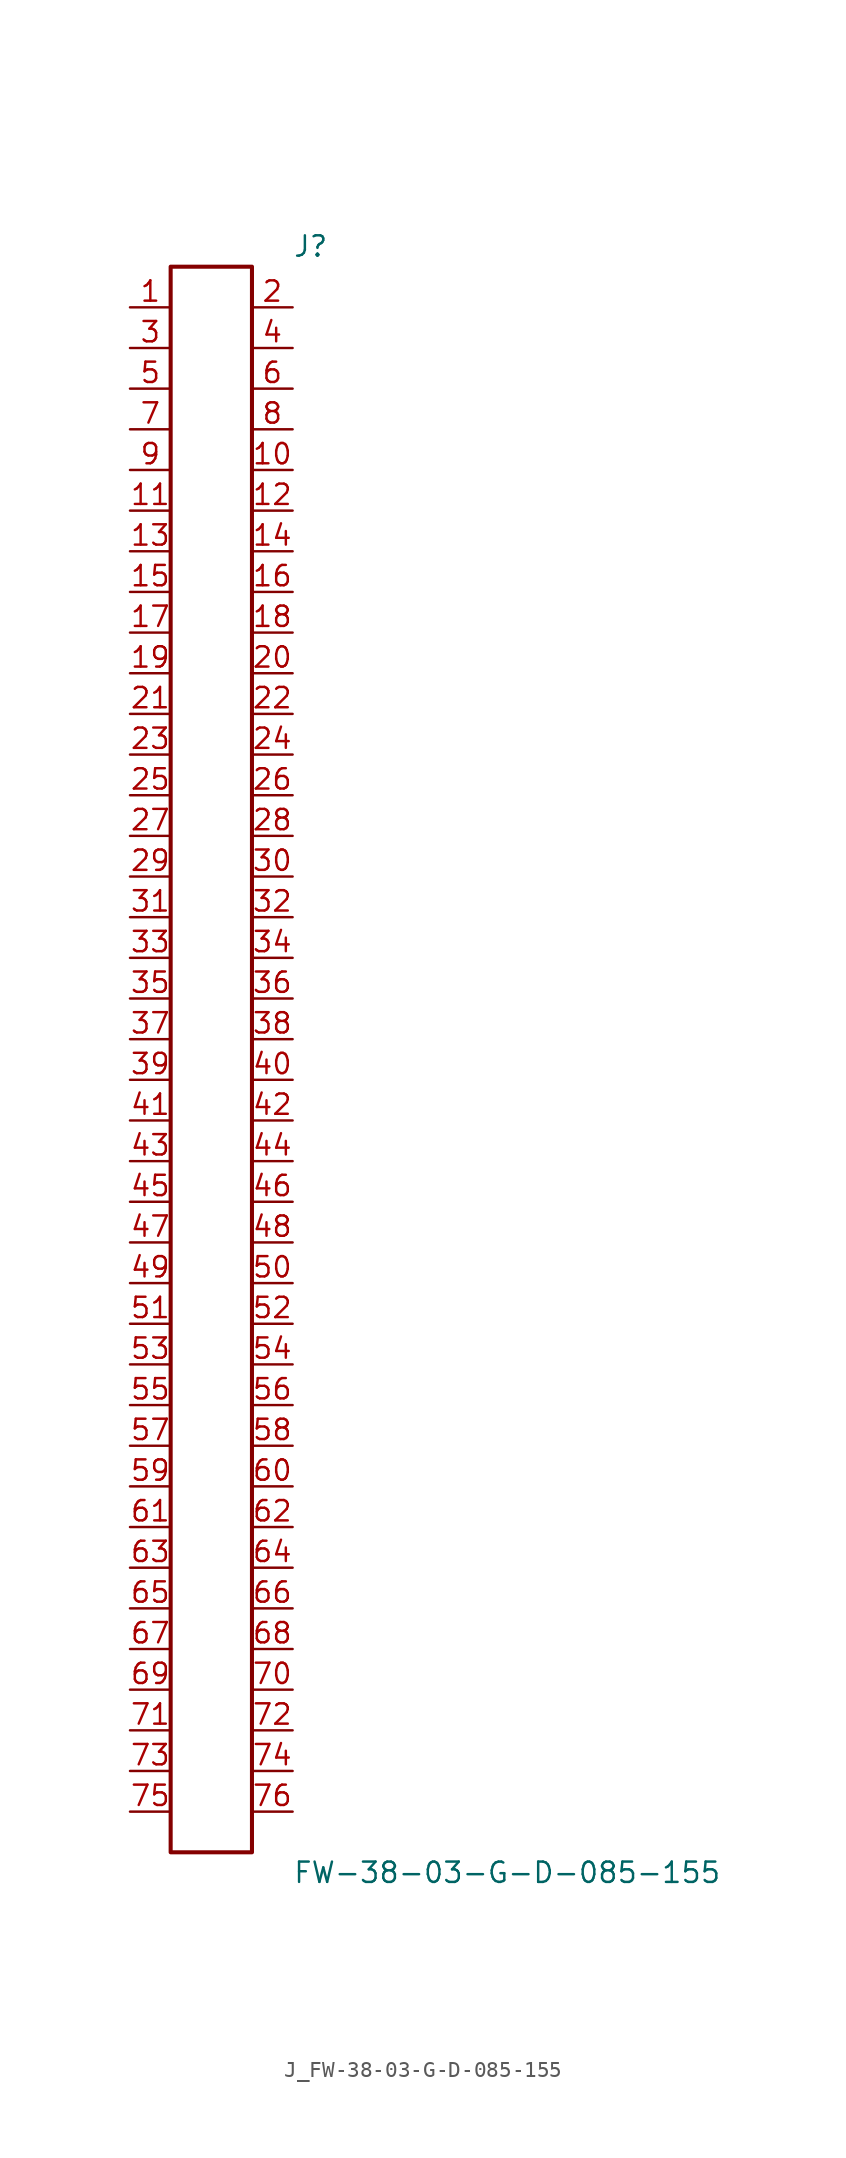
<source format=kicad_sym>
(kicad_symbol_lib
  (version 20231120)
  (generator kicad_symbol_editor)
  (generator_version 8.0)
  (symbol "J_FW-38-03-G-D-085-155"
    (pin_names
      (offset 0.254))
    (property "Reference" "J"
      (at 5.08 50.8 0)
      (effects (font (size 1.27 1.27)) (justify left)))
    (property "Value" "FW-38-03-G-D-085-155"
      (at 5.08 -50.8 0)
      (effects (font (size 1.27 1.27)) (justify left)))
    (symbol "J_FW-38-03-G-D-085-155_0_0"
      (pin unspecified line (at -5.08 46.99 0) (length 2.54) (name "" (effects (font (size 1.27 1.27)))) (number "1" (effects (font (size 1.27 1.27)))))
      (pin unspecified line (at 5.08 46.99 180) (length 2.54) (name "" (effects (font (size 1.27 1.27)))) (number "2" (effects (font (size 1.27 1.27)))))
      (pin unspecified line (at -5.08 44.45 0) (length 2.54) (name "" (effects (font (size 1.27 1.27)))) (number "3" (effects (font (size 1.27 1.27)))))
      (pin unspecified line (at 5.08 44.45 180) (length 2.54) (name "" (effects (font (size 1.27 1.27)))) (number "4" (effects (font (size 1.27 1.27)))))
      (pin unspecified line (at -5.08 41.91 0) (length 2.54) (name "" (effects (font (size 1.27 1.27)))) (number "5" (effects (font (size 1.27 1.27)))))
      (pin unspecified line (at 5.08 41.91 180) (length 2.54) (name "" (effects (font (size 1.27 1.27)))) (number "6" (effects (font (size 1.27 1.27)))))
      (pin unspecified line (at -5.08 39.37 0) (length 2.54) (name "" (effects (font (size 1.27 1.27)))) (number "7" (effects (font (size 1.27 1.27)))))
      (pin unspecified line (at 5.08 39.37 180) (length 2.54) (name "" (effects (font (size 1.27 1.27)))) (number "8" (effects (font (size 1.27 1.27)))))
      (pin unspecified line (at -5.08 36.83 0) (length 2.54) (name "" (effects (font (size 1.27 1.27)))) (number "9" (effects (font (size 1.27 1.27)))))
      (pin unspecified line (at 5.08 36.83 180) (length 2.54) (name "" (effects (font (size 1.27 1.27)))) (number "10" (effects (font (size 1.27 1.27)))))
      (pin unspecified line (at -5.08 34.29 0) (length 2.54) (name "" (effects (font (size 1.27 1.27)))) (number "11" (effects (font (size 1.27 1.27)))))
      (pin unspecified line (at 5.08 34.29 180) (length 2.54) (name "" (effects (font (size 1.27 1.27)))) (number "12" (effects (font (size 1.27 1.27)))))
      (pin unspecified line (at -5.08 31.75 0) (length 2.54) (name "" (effects (font (size 1.27 1.27)))) (number "13" (effects (font (size 1.27 1.27)))))
      (pin unspecified line (at 5.08 31.75 180) (length 2.54) (name "" (effects (font (size 1.27 1.27)))) (number "14" (effects (font (size 1.27 1.27)))))
      (pin unspecified line (at -5.08 29.21 0) (length 2.54) (name "" (effects (font (size 1.27 1.27)))) (number "15" (effects (font (size 1.27 1.27)))))
      (pin unspecified line (at 5.08 29.21 180) (length 2.54) (name "" (effects (font (size 1.27 1.27)))) (number "16" (effects (font (size 1.27 1.27)))))
      (pin unspecified line (at -5.08 26.67 0) (length 2.54) (name "" (effects (font (size 1.27 1.27)))) (number "17" (effects (font (size 1.27 1.27)))))
      (pin unspecified line (at 5.08 26.67 180) (length 2.54) (name "" (effects (font (size 1.27 1.27)))) (number "18" (effects (font (size 1.27 1.27)))))
      (pin unspecified line (at -5.08 24.13 0) (length 2.54) (name "" (effects (font (size 1.27 1.27)))) (number "19" (effects (font (size 1.27 1.27)))))
      (pin unspecified line (at 5.08 24.13 180) (length 2.54) (name "" (effects (font (size 1.27 1.27)))) (number "20" (effects (font (size 1.27 1.27)))))
      (pin unspecified line (at -5.08 21.59 0) (length 2.54) (name "" (effects (font (size 1.27 1.27)))) (number "21" (effects (font (size 1.27 1.27)))))
      (pin unspecified line (at 5.08 21.59 180) (length 2.54) (name "" (effects (font (size 1.27 1.27)))) (number "22" (effects (font (size 1.27 1.27)))))
      (pin unspecified line (at -5.08 19.05 0) (length 2.54) (name "" (effects (font (size 1.27 1.27)))) (number "23" (effects (font (size 1.27 1.27)))))
      (pin unspecified line (at 5.08 19.05 180) (length 2.54) (name "" (effects (font (size 1.27 1.27)))) (number "24" (effects (font (size 1.27 1.27)))))
      (pin unspecified line (at -5.08 16.51 0) (length 2.54) (name "" (effects (font (size 1.27 1.27)))) (number "25" (effects (font (size 1.27 1.27)))))
      (pin unspecified line (at 5.08 16.51 180) (length 2.54) (name "" (effects (font (size 1.27 1.27)))) (number "26" (effects (font (size 1.27 1.27)))))
      (pin unspecified line (at -5.08 13.97 0) (length 2.54) (name "" (effects (font (size 1.27 1.27)))) (number "27" (effects (font (size 1.27 1.27)))))
      (pin unspecified line (at 5.08 13.97 180) (length 2.54) (name "" (effects (font (size 1.27 1.27)))) (number "28" (effects (font (size 1.27 1.27)))))
      (pin unspecified line (at -5.08 11.43 0) (length 2.54) (name "" (effects (font (size 1.27 1.27)))) (number "29" (effects (font (size 1.27 1.27)))))
      (pin unspecified line (at 5.08 11.43 180) (length 2.54) (name "" (effects (font (size 1.27 1.27)))) (number "30" (effects (font (size 1.27 1.27)))))
      (pin unspecified line (at -5.08 8.89 0) (length 2.54) (name "" (effects (font (size 1.27 1.27)))) (number "31" (effects (font (size 1.27 1.27)))))
      (pin unspecified line (at 5.08 8.89 180) (length 2.54) (name "" (effects (font (size 1.27 1.27)))) (number "32" (effects (font (size 1.27 1.27)))))
      (pin unspecified line (at -5.08 6.35 0) (length 2.54) (name "" (effects (font (size 1.27 1.27)))) (number "33" (effects (font (size 1.27 1.27)))))
      (pin unspecified line (at 5.08 6.35 180) (length 2.54) (name "" (effects (font (size 1.27 1.27)))) (number "34" (effects (font (size 1.27 1.27)))))
      (pin unspecified line (at -5.08 3.81 0) (length 2.54) (name "" (effects (font (size 1.27 1.27)))) (number "35" (effects (font (size 1.27 1.27)))))
      (pin unspecified line (at 5.08 3.81 180) (length 2.54) (name "" (effects (font (size 1.27 1.27)))) (number "36" (effects (font (size 1.27 1.27)))))
      (pin unspecified line (at -5.08 1.27 0) (length 2.54) (name "" (effects (font (size 1.27 1.27)))) (number "37" (effects (font (size 1.27 1.27)))))
      (pin unspecified line (at 5.08 1.27 180) (length 2.54) (name "" (effects (font (size 1.27 1.27)))) (number "38" (effects (font (size 1.27 1.27)))))
      (pin unspecified line (at -5.08 -1.27 0) (length 2.54) (name "" (effects (font (size 1.27 1.27)))) (number "39" (effects (font (size 1.27 1.27)))))
      (pin unspecified line (at 5.08 -1.27 180) (length 2.54) (name "" (effects (font (size 1.27 1.27)))) (number "40" (effects (font (size 1.27 1.27)))))
      (pin unspecified line (at -5.08 -3.81 0) (length 2.54) (name "" (effects (font (size 1.27 1.27)))) (number "41" (effects (font (size 1.27 1.27)))))
      (pin unspecified line (at 5.08 -3.81 180) (length 2.54) (name "" (effects (font (size 1.27 1.27)))) (number "42" (effects (font (size 1.27 1.27)))))
      (pin unspecified line (at -5.08 -6.35 0) (length 2.54) (name "" (effects (font (size 1.27 1.27)))) (number "43" (effects (font (size 1.27 1.27)))))
      (pin unspecified line (at 5.08 -6.35 180) (length 2.54) (name "" (effects (font (size 1.27 1.27)))) (number "44" (effects (font (size 1.27 1.27)))))
      (pin unspecified line (at -5.08 -8.89 0) (length 2.54) (name "" (effects (font (size 1.27 1.27)))) (number "45" (effects (font (size 1.27 1.27)))))
      (pin unspecified line (at 5.08 -8.89 180) (length 2.54) (name "" (effects (font (size 1.27 1.27)))) (number "46" (effects (font (size 1.27 1.27)))))
      (pin unspecified line (at -5.08 -11.43 0) (length 2.54) (name "" (effects (font (size 1.27 1.27)))) (number "47" (effects (font (size 1.27 1.27)))))
      (pin unspecified line (at 5.08 -11.43 180) (length 2.54) (name "" (effects (font (size 1.27 1.27)))) (number "48" (effects (font (size 1.27 1.27)))))
      (pin unspecified line (at -5.08 -13.97 0) (length 2.54) (name "" (effects (font (size 1.27 1.27)))) (number "49" (effects (font (size 1.27 1.27)))))
      (pin unspecified line (at 5.08 -13.97 180) (length 2.54) (name "" (effects (font (size 1.27 1.27)))) (number "50" (effects (font (size 1.27 1.27)))))
      (pin unspecified line (at -5.08 -16.51 0) (length 2.54) (name "" (effects (font (size 1.27 1.27)))) (number "51" (effects (font (size 1.27 1.27)))))
      (pin unspecified line (at 5.08 -16.51 180) (length 2.54) (name "" (effects (font (size 1.27 1.27)))) (number "52" (effects (font (size 1.27 1.27)))))
      (pin unspecified line (at -5.08 -19.05 0) (length 2.54) (name "" (effects (font (size 1.27 1.27)))) (number "53" (effects (font (size 1.27 1.27)))))
      (pin unspecified line (at 5.08 -19.05 180) (length 2.54) (name "" (effects (font (size 1.27 1.27)))) (number "54" (effects (font (size 1.27 1.27)))))
      (pin unspecified line (at -5.08 -21.59 0) (length 2.54) (name "" (effects (font (size 1.27 1.27)))) (number "55" (effects (font (size 1.27 1.27)))))
      (pin unspecified line (at 5.08 -21.59 180) (length 2.54) (name "" (effects (font (size 1.27 1.27)))) (number "56" (effects (font (size 1.27 1.27)))))
      (pin unspecified line (at -5.08 -24.13 0) (length 2.54) (name "" (effects (font (size 1.27 1.27)))) (number "57" (effects (font (size 1.27 1.27)))))
      (pin unspecified line (at 5.08 -24.13 180) (length 2.54) (name "" (effects (font (size 1.27 1.27)))) (number "58" (effects (font (size 1.27 1.27)))))
      (pin unspecified line (at -5.08 -26.67 0) (length 2.54) (name "" (effects (font (size 1.27 1.27)))) (number "59" (effects (font (size 1.27 1.27)))))
      (pin unspecified line (at 5.08 -26.67 180) (length 2.54) (name "" (effects (font (size 1.27 1.27)))) (number "60" (effects (font (size 1.27 1.27)))))
      (pin unspecified line (at -5.08 -29.21 0) (length 2.54) (name "" (effects (font (size 1.27 1.27)))) (number "61" (effects (font (size 1.27 1.27)))))
      (pin unspecified line (at 5.08 -29.21 180) (length 2.54) (name "" (effects (font (size 1.27 1.27)))) (number "62" (effects (font (size 1.27 1.27)))))
      (pin unspecified line (at -5.08 -31.75 0) (length 2.54) (name "" (effects (font (size 1.27 1.27)))) (number "63" (effects (font (size 1.27 1.27)))))
      (pin unspecified line (at 5.08 -31.75 180) (length 2.54) (name "" (effects (font (size 1.27 1.27)))) (number "64" (effects (font (size 1.27 1.27)))))
      (pin unspecified line (at -5.08 -34.29 0) (length 2.54) (name "" (effects (font (size 1.27 1.27)))) (number "65" (effects (font (size 1.27 1.27)))))
      (pin unspecified line (at 5.08 -34.29 180) (length 2.54) (name "" (effects (font (size 1.27 1.27)))) (number "66" (effects (font (size 1.27 1.27)))))
      (pin unspecified line (at -5.08 -36.83 0) (length 2.54) (name "" (effects (font (size 1.27 1.27)))) (number "67" (effects (font (size 1.27 1.27)))))
      (pin unspecified line (at 5.08 -36.83 180) (length 2.54) (name "" (effects (font (size 1.27 1.27)))) (number "68" (effects (font (size 1.27 1.27)))))
      (pin unspecified line (at -5.08 -39.37 0) (length 2.54) (name "" (effects (font (size 1.27 1.27)))) (number "69" (effects (font (size 1.27 1.27)))))
      (pin unspecified line (at 5.08 -39.37 180) (length 2.54) (name "" (effects (font (size 1.27 1.27)))) (number "70" (effects (font (size 1.27 1.27)))))
      (pin unspecified line (at -5.08 -41.91 0) (length 2.54) (name "" (effects (font (size 1.27 1.27)))) (number "71" (effects (font (size 1.27 1.27)))))
      (pin unspecified line (at 5.08 -41.91 180) (length 2.54) (name "" (effects (font (size 1.27 1.27)))) (number "72" (effects (font (size 1.27 1.27)))))
      (pin unspecified line (at -5.08 -44.45 0) (length 2.54) (name "" (effects (font (size 1.27 1.27)))) (number "73" (effects (font (size 1.27 1.27)))))
      (pin unspecified line (at 5.08 -44.45 180) (length 2.54) (name "" (effects (font (size 1.27 1.27)))) (number "74" (effects (font (size 1.27 1.27)))))
      (pin unspecified line (at -5.08 -46.99 0) (length 2.54) (name "" (effects (font (size 1.27 1.27)))) (number "75" (effects (font (size 1.27 1.27)))))
      (pin unspecified line (at 5.08 -46.99 180) (length 2.54) (name "" (effects (font (size 1.27 1.27)))) (number "76" (effects (font (size 1.27 1.27))))))
    (symbol "J_FW-38-03-G-D-085-155_1_0"
      (rectangle (start -2.54 49.53) (end 2.54 -49.53) (stroke (width 0.254) (type solid)) (fill (type none))))))
</source>
